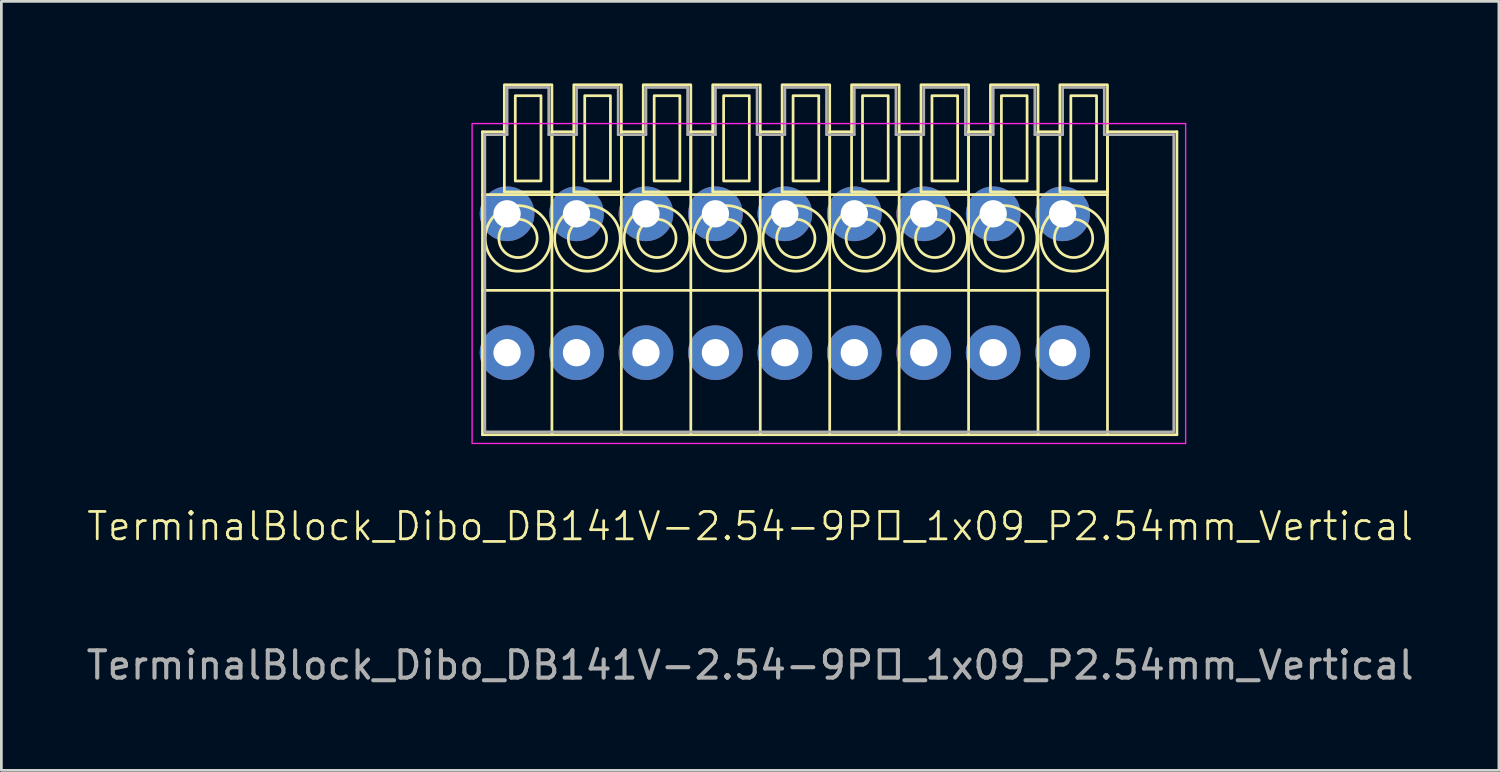
<source format=kicad_pcb>
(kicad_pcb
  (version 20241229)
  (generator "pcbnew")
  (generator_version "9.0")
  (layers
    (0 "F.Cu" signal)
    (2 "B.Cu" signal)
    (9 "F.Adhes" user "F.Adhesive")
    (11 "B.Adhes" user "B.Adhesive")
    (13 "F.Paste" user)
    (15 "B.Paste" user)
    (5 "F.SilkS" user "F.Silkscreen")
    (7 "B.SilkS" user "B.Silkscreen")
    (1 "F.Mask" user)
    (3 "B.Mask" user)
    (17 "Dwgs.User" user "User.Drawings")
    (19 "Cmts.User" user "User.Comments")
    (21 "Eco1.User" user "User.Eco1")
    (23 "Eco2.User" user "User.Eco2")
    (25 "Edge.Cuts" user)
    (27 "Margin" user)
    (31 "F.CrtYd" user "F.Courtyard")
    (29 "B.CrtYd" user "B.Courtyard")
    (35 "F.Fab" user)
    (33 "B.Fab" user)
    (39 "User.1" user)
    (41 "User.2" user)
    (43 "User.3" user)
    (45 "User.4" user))
  (footprint "TerminalBlock_Dibo_DB141V-2.54-9P_1x09_P2.54mm_Vertical"
    (layer "F.Cu")
    (at 15.497 9.85)
    (property "Reference" "TerminalBlock_Dibo_DB141V-2.54-9P_1x09_P2.54mm_Vertical" (at 8.89 6.35 0) (unlocked yes) (layer "F.SilkS") (effects (font (size 1 1) (thickness 0.1))))
    (attr through_hole)
    (fp_line (start -0.9 3) (end -0.9 -8.08) (stroke (width 0.1) (type default)) (layer "F.SilkS"))
    (fp_line (start -0.1 -8.08) (end -0.9 -8.08) (stroke (width 0.1) (type default)) (layer "F.SilkS"))
    (fp_line (start 1.64 3) (end 1.64 -8.08) (stroke (width 0.1) (type default)) (layer "F.SilkS"))
    (fp_line (start 2.44 -8.08) (end 1.64 -8.08) (stroke (width 0.1) (type default)) (layer "F.SilkS"))
    (fp_line (start 4.18 3) (end 4.18 -8.08) (stroke (width 0.1) (type default)) (layer "F.SilkS"))
    (fp_line (start 4.98 -8.08) (end 4.18 -8.08) (stroke (width 0.1) (type default)) (layer "F.SilkS"))
    (fp_line (start 6.72 3) (end 6.72 -8.08) (stroke (width 0.1) (type default)) (layer "F.SilkS"))
    (fp_line (start 7.52 -8.08) (end 6.72 -8.08) (stroke (width 0.1) (type default)) (layer "F.SilkS"))
    (fp_line (start 9.26 3) (end 9.26 -8.08) (stroke (width 0.1) (type default)) (layer "F.SilkS"))
    (fp_line (start 10.06 -8.08) (end 9.26 -8.08) (stroke (width 0.1) (type default)) (layer "F.SilkS"))
    (fp_line (start 11.8 3) (end 11.8 -8.08) (stroke (width 0.1) (type default)) (layer "F.SilkS"))
    (fp_line (start 12.6 -8.08) (end 11.8 -8.08) (stroke (width 0.1) (type default)) (layer "F.SilkS"))
    (fp_line (start 14.34 3) (end 14.34 -8.08) (stroke (width 0.1) (type default)) (layer "F.SilkS"))
    (fp_line (start 15.14 -8.08) (end 14.34 -8.08) (stroke (width 0.1) (type default)) (layer "F.SilkS"))
    (fp_line (start 16.88 3) (end 16.88 -8.08) (stroke (width 0.1) (type default)) (layer "F.SilkS"))
    (fp_line (start 17.68 -8.08) (end 16.88 -8.08) (stroke (width 0.1) (type default)) (layer "F.SilkS"))
    (fp_line (start 19.42 3) (end 19.42 -8.08) (stroke (width 0.1) (type default)) (layer "F.SilkS"))
    (fp_line (start 20.22 -8.08) (end 19.42 -8.08) (stroke (width 0.1) (type default)) (layer "F.SilkS"))
    (fp_line (start 21.96 -5.78) (end -0.9 -5.78) (stroke (width 0.1) (type default)) (layer "F.SilkS"))
    (fp_line (start 21.96 -2.28) (end -0.9 -2.28) (stroke (width 0.1) (type default)) (layer "F.SilkS"))
    (fp_line (start 21.96 3) (end 21.96 -8.08) (stroke (width 0.1) (type default)) (layer "F.SilkS"))
    (fp_line (start 24.5 -8.08) (end 21.96 -8.08) (stroke (width 0.1) (type default)) (layer "F.SilkS"))
    (fp_line (start 24.5 -8.08) (end 24.5 3) (stroke (width 0.1) (type default)) (layer "F.SilkS"))
    (fp_line (start 24.5 3) (end -0.9 3) (stroke (width 0.1) (type default)) (layer "F.SilkS"))
    (fp_rect (start 1.24 -6.28) (end 0.3 -9.4) (stroke (width 0.1) (type default)) (fill no) (layer "F.SilkS"))
    (fp_rect (start 1.64 -5.88) (end -0.1 -9.8) (stroke (width 0.1) (type default)) (fill no) (layer "F.SilkS"))
    (fp_rect (start 3.78 -6.28) (end 2.84 -9.4) (stroke (width 0.1) (type default)) (fill no) (layer "F.SilkS"))
    (fp_rect (start 4.18 -5.88) (end 2.44 -9.8) (stroke (width 0.1) (type default)) (fill no) (layer "F.SilkS"))
    (fp_rect (start 6.32 -6.28) (end 5.38 -9.4) (stroke (width 0.1) (type default)) (fill no) (layer "F.SilkS"))
    (fp_rect (start 6.72 -5.88) (end 4.98 -9.8) (stroke (width 0.1) (type default)) (fill no) (layer "F.SilkS"))
    (fp_rect (start 8.86 -6.28) (end 7.92 -9.4) (stroke (width 0.1) (type default)) (fill no) (layer "F.SilkS"))
    (fp_rect (start 9.26 -5.88) (end 7.52 -9.8) (stroke (width 0.1) (type default)) (fill no) (layer "F.SilkS"))
    (fp_rect (start 11.4 -6.28) (end 10.46 -9.4) (stroke (width 0.1) (type default)) (fill no) (layer "F.SilkS"))
    (fp_rect (start 11.8 -5.88) (end 10.06 -9.8) (stroke (width 0.1) (type default)) (fill no) (layer "F.SilkS"))
    (fp_rect (start 13.94 -6.28) (end 13 -9.4) (stroke (width 0.1) (type default)) (fill no) (layer "F.SilkS"))
    (fp_rect (start 14.34 -5.88) (end 12.6 -9.8) (stroke (width 0.1) (type default)) (fill no) (layer "F.SilkS"))
    (fp_rect (start 16.48 -6.28) (end 15.54 -9.4) (stroke (width 0.1) (type default)) (fill no) (layer "F.SilkS"))
    (fp_rect (start 16.88 -5.88) (end 15.14 -9.8) (stroke (width 0.1) (type default)) (fill no) (layer "F.SilkS"))
    (fp_rect (start 19.02 -6.28) (end 18.08 -9.4) (stroke (width 0.1) (type default)) (fill no) (layer "F.SilkS"))
    (fp_rect (start 19.42 -5.88) (end 17.68 -9.8) (stroke (width 0.1) (type default)) (fill no) (layer "F.SilkS"))
    (fp_rect (start 21.56 -6.28) (end 20.62 -9.4) (stroke (width 0.1) (type default)) (fill no) (layer "F.SilkS"))
    (fp_rect (start 21.96 -5.88) (end 20.22 -9.8) (stroke (width 0.1) (type default)) (fill no) (layer "F.SilkS"))
    (fp_circle (center 0.4 -4.18) (end -0.8 -4.18) (stroke (width 0.1) (type default)) (fill no) (layer "F.SilkS"))
    (fp_circle (center 0.4 -4.18) (end -0.3 -4.18) (stroke (width 0.1) (type default)) (fill no) (layer "F.SilkS"))
    (fp_circle (center 2.94 -4.18) (end 1.74 -4.18) (stroke (width 0.1) (type default)) (fill no) (layer "F.SilkS"))
    (fp_circle (center 2.94 -4.18) (end 2.24 -4.18) (stroke (width 0.1) (type default)) (fill no) (layer "F.SilkS"))
    (fp_circle (center 5.48 -4.18) (end 4.28 -4.18) (stroke (width 0.1) (type default)) (fill no) (layer "F.SilkS"))
    (fp_circle (center 5.48 -4.18) (end 4.78 -4.18) (stroke (width 0.1) (type default)) (fill no) (layer "F.SilkS"))
    (fp_circle (center 8.02 -4.18) (end 6.82 -4.18) (stroke (width 0.1) (type default)) (fill no) (layer "F.SilkS"))
    (fp_circle (center 8.02 -4.18) (end 7.32 -4.18) (stroke (width 0.1) (type default)) (fill no) (layer "F.SilkS"))
    (fp_circle (center 10.56 -4.18) (end 9.36 -4.18) (stroke (width 0.1) (type default)) (fill no) (layer "F.SilkS"))
    (fp_circle (center 10.56 -4.18) (end 9.86 -4.18) (stroke (width 0.1) (type default)) (fill no) (layer "F.SilkS"))
    (fp_circle (center 13.1 -4.18) (end 11.9 -4.18) (stroke (width 0.1) (type default)) (fill no) (layer "F.SilkS"))
    (fp_circle (center 13.1 -4.18) (end 12.4 -4.18) (stroke (width 0.1) (type default)) (fill no) (layer "F.SilkS"))
    (fp_circle (center 15.64 -4.18) (end 14.44 -4.18) (stroke (width 0.1) (type default)) (fill no) (layer "F.SilkS"))
    (fp_circle (center 15.64 -4.18) (end 14.94 -4.18) (stroke (width 0.1) (type default)) (fill no) (layer "F.SilkS"))
    (fp_circle (center 18.18 -4.18) (end 16.98 -4.18) (stroke (width 0.1) (type default)) (fill no) (layer "F.SilkS"))
    (fp_circle (center 18.18 -4.18) (end 17.48 -4.18) (stroke (width 0.1) (type default)) (fill no) (layer "F.SilkS"))
    (fp_circle (center 20.72 -4.18) (end 19.52 -4.18) (stroke (width 0.1) (type default)) (fill no) (layer "F.SilkS"))
    (fp_circle (center 20.72 -4.18) (end 20.02 -4.18) (stroke (width 0.1) (type default)) (fill no) (layer "F.SilkS"))
    (fp_rect (start 24.82 3.32) (end -1.28 -8.38) (stroke (width 0.05) (type default)) (fill no) (layer "F.CrtYd"))
    (fp_line (start -0.813 -7.976) (end 0 -7.976) (stroke (width 0.1) (type default)) (layer "F.Fab"))
    (fp_line (start -0.813 2.896) (end -0.813 -7.976) (stroke (width 0.1) (type default)) (layer "F.Fab"))
    (fp_line (start 0 -9.703) (end 1.524 -9.703) (stroke (width 0.1) (type default)) (layer "F.Fab"))
    (fp_line (start 0 -7.976) (end 0 -9.703) (stroke (width 0.1) (type default)) (layer "F.Fab"))
    (fp_line (start 1.524 -9.703) (end 1.524 -7.976) (stroke (width 0.1) (type default)) (layer "F.Fab"))
    (fp_line (start 1.524 -7.976) (end 2.54 -7.976) (stroke (width 0.1) (type default)) (layer "F.Fab"))
    (fp_line (start 2.54 -9.703) (end 4.064 -9.703) (stroke (width 0.1) (type default)) (layer "F.Fab"))
    (fp_line (start 2.54 -7.976) (end 2.54 -9.703) (stroke (width 0.1) (type default)) (layer "F.Fab"))
    (fp_line (start 4.064 -9.703) (end 4.064 -7.976) (stroke (width 0.1) (type default)) (layer "F.Fab"))
    (fp_line (start 4.064 -7.976) (end 5.08 -7.976) (stroke (width 0.1) (type default)) (layer "F.Fab"))
    (fp_line (start 5.08 -9.703) (end 6.604 -9.703) (stroke (width 0.1) (type default)) (layer "F.Fab"))
    (fp_line (start 5.08 -7.976) (end 5.08 -9.703) (stroke (width 0.1) (type default)) (layer "F.Fab"))
    (fp_line (start 6.604 -9.703) (end 6.604 -7.976) (stroke (width 0.1) (type default)) (layer "F.Fab"))
    (fp_line (start 6.604 -7.976) (end 7.62 -7.976) (stroke (width 0.1) (type default)) (layer "F.Fab"))
    (fp_line (start 7.62 -9.703) (end 9.144 -9.703) (stroke (width 0.1) (type default)) (layer "F.Fab"))
    (fp_line (start 7.62 -7.976) (end 7.62 -9.703) (stroke (width 0.1) (type default)) (layer "F.Fab"))
    (fp_line (start 9.144 -9.703) (end 9.144 -7.976) (stroke (width 0.1) (type default)) (layer "F.Fab"))
    (fp_line (start 9.144 -7.976) (end 10.16 -7.976) (stroke (width 0.1) (type default)) (layer "F.Fab"))
    (fp_line (start 10.16 -9.703) (end 11.684 -9.703) (stroke (width 0.1) (type default)) (layer "F.Fab"))
    (fp_line (start 10.16 -7.976) (end 10.16 -9.703) (stroke (width 0.1) (type default)) (layer "F.Fab"))
    (fp_line (start 11.684 -9.703) (end 11.684 -7.976) (stroke (width 0.1) (type default)) (layer "F.Fab"))
    (fp_line (start 11.684 -7.976) (end 12.7 -7.976) (stroke (width 0.1) (type default)) (layer "F.Fab"))
    (fp_line (start 12.7 -9.703) (end 14.224 -9.703) (stroke (width 0.1) (type default)) (layer "F.Fab"))
    (fp_line (start 12.7 -7.976) (end 12.7 -9.703) (stroke (width 0.1) (type default)) (layer "F.Fab"))
    (fp_line (start 14.224 -9.703) (end 14.224 -7.976) (stroke (width 0.1) (type default)) (layer "F.Fab"))
    (fp_line (start 14.224 -7.976) (end 15.24 -7.976) (stroke (width 0.1) (type default)) (layer "F.Fab"))
    (fp_line (start 15.24 -9.703) (end 16.764 -9.703) (stroke (width 0.1) (type default)) (layer "F.Fab"))
    (fp_line (start 15.24 -7.976) (end 15.24 -9.703) (stroke (width 0.1) (type default)) (layer "F.Fab"))
    (fp_line (start 16.764 -9.703) (end 16.764 -7.976) (stroke (width 0.1) (type default)) (layer "F.Fab"))
    (fp_line (start 16.764 -7.976) (end 17.78 -7.976) (stroke (width 0.1) (type default)) (layer "F.Fab"))
    (fp_line (start 17.78 -9.703) (end 19.304 -9.703) (stroke (width 0.1) (type default)) (layer "F.Fab"))
    (fp_line (start 17.78 -7.976) (end 17.78 -9.703) (stroke (width 0.1) (type default)) (layer "F.Fab"))
    (fp_line (start 19.304 -9.703) (end 19.304 -7.976) (stroke (width 0.1) (type default)) (layer "F.Fab"))
    (fp_line (start 19.304 -7.976) (end 20.32 -7.976) (stroke (width 0.1) (type default)) (layer "F.Fab"))
    (fp_line (start 20.32 -9.703) (end 21.844 -9.703) (stroke (width 0.1) (type default)) (layer "F.Fab"))
    (fp_line (start 20.32 -7.976) (end 20.32 -9.703) (stroke (width 0.1) (type default)) (layer "F.Fab"))
    (fp_line (start 21.844 -9.703) (end 21.844 -7.976) (stroke (width 0.1) (type default)) (layer "F.Fab"))
    (fp_line (start 21.844 -7.976) (end 24.384 -7.976) (stroke (width 0.1) (type default)) (layer "F.Fab"))
    (fp_line (start 24.384 -7.976) (end 24.384 2.896) (stroke (width 0.1) (type default)) (layer "F.Fab"))
    (fp_line (start 24.384 2.896) (end -0.813 2.896) (stroke (width 0.1) (type default)) (layer "F.Fab"))
    (fp_text user "${REFERENCE}" (at 8.89 11.43 0) (unlocked yes) (layer "F.Fab") (effects (font (size 1 1) (thickness 0.15))))
    (pad "1" thru_hole circle (at 0 -5.08 180) (size 2 2) (drill 1) (layers "*.Cu" "*.Mask"))
    (pad "1" thru_hole circle (at 0 0 180) (size 2 2) (drill 1) (layers "*.Cu" "*.Mask"))
    (pad "2" thru_hole circle (at 2.54 -5.08 180) (size 2 2) (drill 1) (layers "*.Cu" "*.Mask"))
    (pad "2" thru_hole circle (at 2.54 0 180) (size 2 2) (drill 1) (layers "*.Cu" "*.Mask"))
    (pad "3" thru_hole circle (at 5.08 -5.08 180) (size 2 2) (drill 1) (layers "*.Cu" "*.Mask"))
    (pad "3" thru_hole circle (at 5.08 0 180) (size 2 2) (drill 1) (layers "*.Cu" "*.Mask"))
    (pad "4" thru_hole circle (at 7.62 -5.08 180) (size 2 2) (drill 1) (layers "*.Cu" "*.Mask"))
    (pad "4" thru_hole circle (at 7.62 0 180) (size 2 2) (drill 1) (layers "*.Cu" "*.Mask"))
    (pad "5" thru_hole circle (at 10.16 -5.08 180) (size 2 2) (drill 1) (layers "*.Cu" "*.Mask"))
    (pad "5" thru_hole circle (at 10.16 0 180) (size 2 2) (drill 1) (layers "*.Cu" "*.Mask"))
    (pad "6" thru_hole circle (at 12.7 -5.08 180) (size 2 2) (drill 1) (layers "*.Cu" "*.Mask"))
    (pad "6" thru_hole circle (at 12.7 0 180) (size 2 2) (drill 1) (layers "*.Cu" "*.Mask"))
    (pad "7" thru_hole circle (at 15.24 -5.08 180) (size 2 2) (drill 1) (layers "*.Cu" "*.Mask"))
    (pad "7" thru_hole circle (at 15.24 0 180) (size 2 2) (drill 1) (layers "*.Cu" "*.Mask"))
    (pad "8" thru_hole circle (at 17.78 -5.08 180) (size 2 2) (drill 1) (layers "*.Cu" "*.Mask"))
    (pad "8" thru_hole circle (at 17.78 0 180) (size 2 2) (drill 1) (layers "*.Cu" "*.Mask"))
    (pad "9" thru_hole circle (at 20.32 -5.08 180) (size 2 2) (drill 1) (layers "*.Cu" "*.Mask"))
    (pad "9" thru_hole circle (at 20.32 0 180) (size 2 2) (drill 1) (layers "*.Cu" "*.Mask")))
  (gr_rect
    (start -3 -3)
    (end 51.774 25.128)
    (stroke (width 0.1) (type default))
    (fill no)
    (layer "Edge.Cuts")))
</source>
